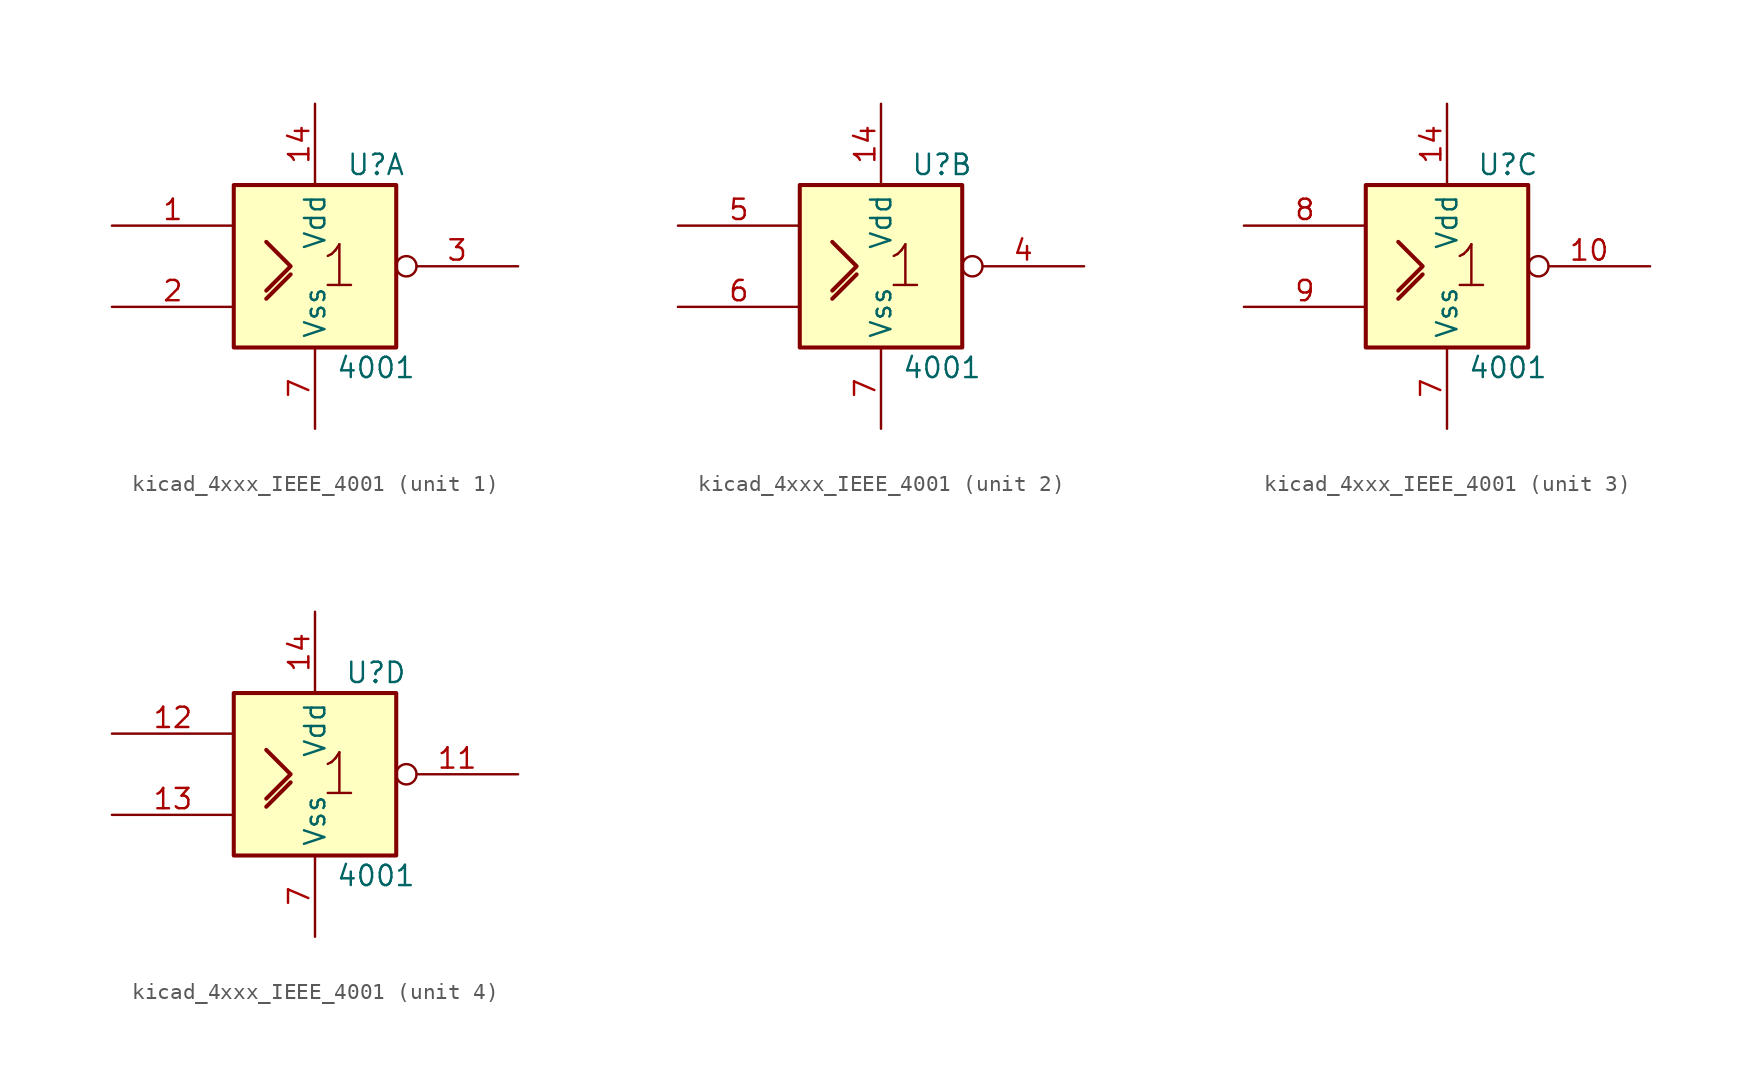
<source format=kicad_sym>
(kicad_symbol_lib
  (version 20220914)
  (generator kicad_symbol_editor)
  (symbol "kicad_4xxx_IEEE_4001"
    (property "Reference" "U"
      (at 3.81 6.35 0)
      (effects (font (size 1.27 1.27))))
    (property "Value" "4001"
      (at 3.81 -6.35 0)
      (effects (font (size 1.27 1.27))))
    (symbol "kicad_4xxx_IEEE_4001_0_0"
      (rectangle (start -5.08 5.08) (end 5.08 -5.08) (stroke (width 0.254) (type default)) (fill (type background)))
      (text "1" (at 1.524 0 0) (effects (font (size 2.54 2.54))))
      (pin power_in line (at 0 10.16 270) (length 5.08) (name "Vdd" (effects (font (size 1.27 1.27)))) (number "14" (effects (font (size 1.27 1.27)))))
      (pin power_in line (at 0 -10.16 90) (length 5.08) (name "Vss" (effects (font (size 1.27 1.27)))) (number "7" (effects (font (size 1.27 1.27))))))
    (symbol "kicad_4xxx_IEEE_4001_0_1"
      (polyline (pts (xy -3.048 -2.032) (xy -1.524 -0.508) (xy -1.524 -0.508)) (stroke (width 0.254) (type default)) (fill (type background)))
      (polyline (pts (xy -3.048 1.524) (xy -1.524 0) (xy -3.048 -1.524) (xy -3.048 -1.524)) (stroke (width 0.254) (type default)) (fill (type background))))
    (symbol "kicad_4xxx_IEEE_4001_1_1"
      (pin input line (at -12.7 2.54 0) (length 7.62) (name "~" (effects (font (size 1.27 1.27)))) (number "1" (effects (font (size 1.27 1.27)))))
      (pin input line (at -12.7 -2.54 0) (length 7.62) (name "~" (effects (font (size 1.27 1.27)))) (number "2" (effects (font (size 1.27 1.27)))))
      (pin output inverted (at 12.7 0 180) (length 7.62) (name "~" (effects (font (size 1.27 1.27)))) (number "3" (effects (font (size 1.27 1.27))))))
    (symbol "kicad_4xxx_IEEE_4001_2_1"
      (pin output inverted (at 12.7 0 180) (length 7.62) (name "~" (effects (font (size 1.27 1.27)))) (number "4" (effects (font (size 1.27 1.27)))))
      (pin input line (at -12.7 2.54 0) (length 7.62) (name "~" (effects (font (size 1.27 1.27)))) (number "5" (effects (font (size 1.27 1.27)))))
      (pin input line (at -12.7 -2.54 0) (length 7.62) (name "~" (effects (font (size 1.27 1.27)))) (number "6" (effects (font (size 1.27 1.27))))))
    (symbol "kicad_4xxx_IEEE_4001_3_1"
      (pin output inverted (at 12.7 0 180) (length 7.62) (name "~" (effects (font (size 1.27 1.27)))) (number "10" (effects (font (size 1.27 1.27)))))
      (pin input line (at -12.7 2.54 0) (length 7.62) (name "~" (effects (font (size 1.27 1.27)))) (number "8" (effects (font (size 1.27 1.27)))))
      (pin input line (at -12.7 -2.54 0) (length 7.62) (name "~" (effects (font (size 1.27 1.27)))) (number "9" (effects (font (size 1.27 1.27))))))
    (symbol "kicad_4xxx_IEEE_4001_4_1"
      (pin output inverted (at 12.7 0 180) (length 7.62) (name "~" (effects (font (size 1.27 1.27)))) (number "11" (effects (font (size 1.27 1.27)))))
      (pin input line (at -12.7 2.54 0) (length 7.62) (name "~" (effects (font (size 1.27 1.27)))) (number "12" (effects (font (size 1.27 1.27)))))
      (pin input line (at -12.7 -2.54 0) (length 7.62) (name "~" (effects (font (size 1.27 1.27)))) (number "13" (effects (font (size 1.27 1.27))))))))
</source>
